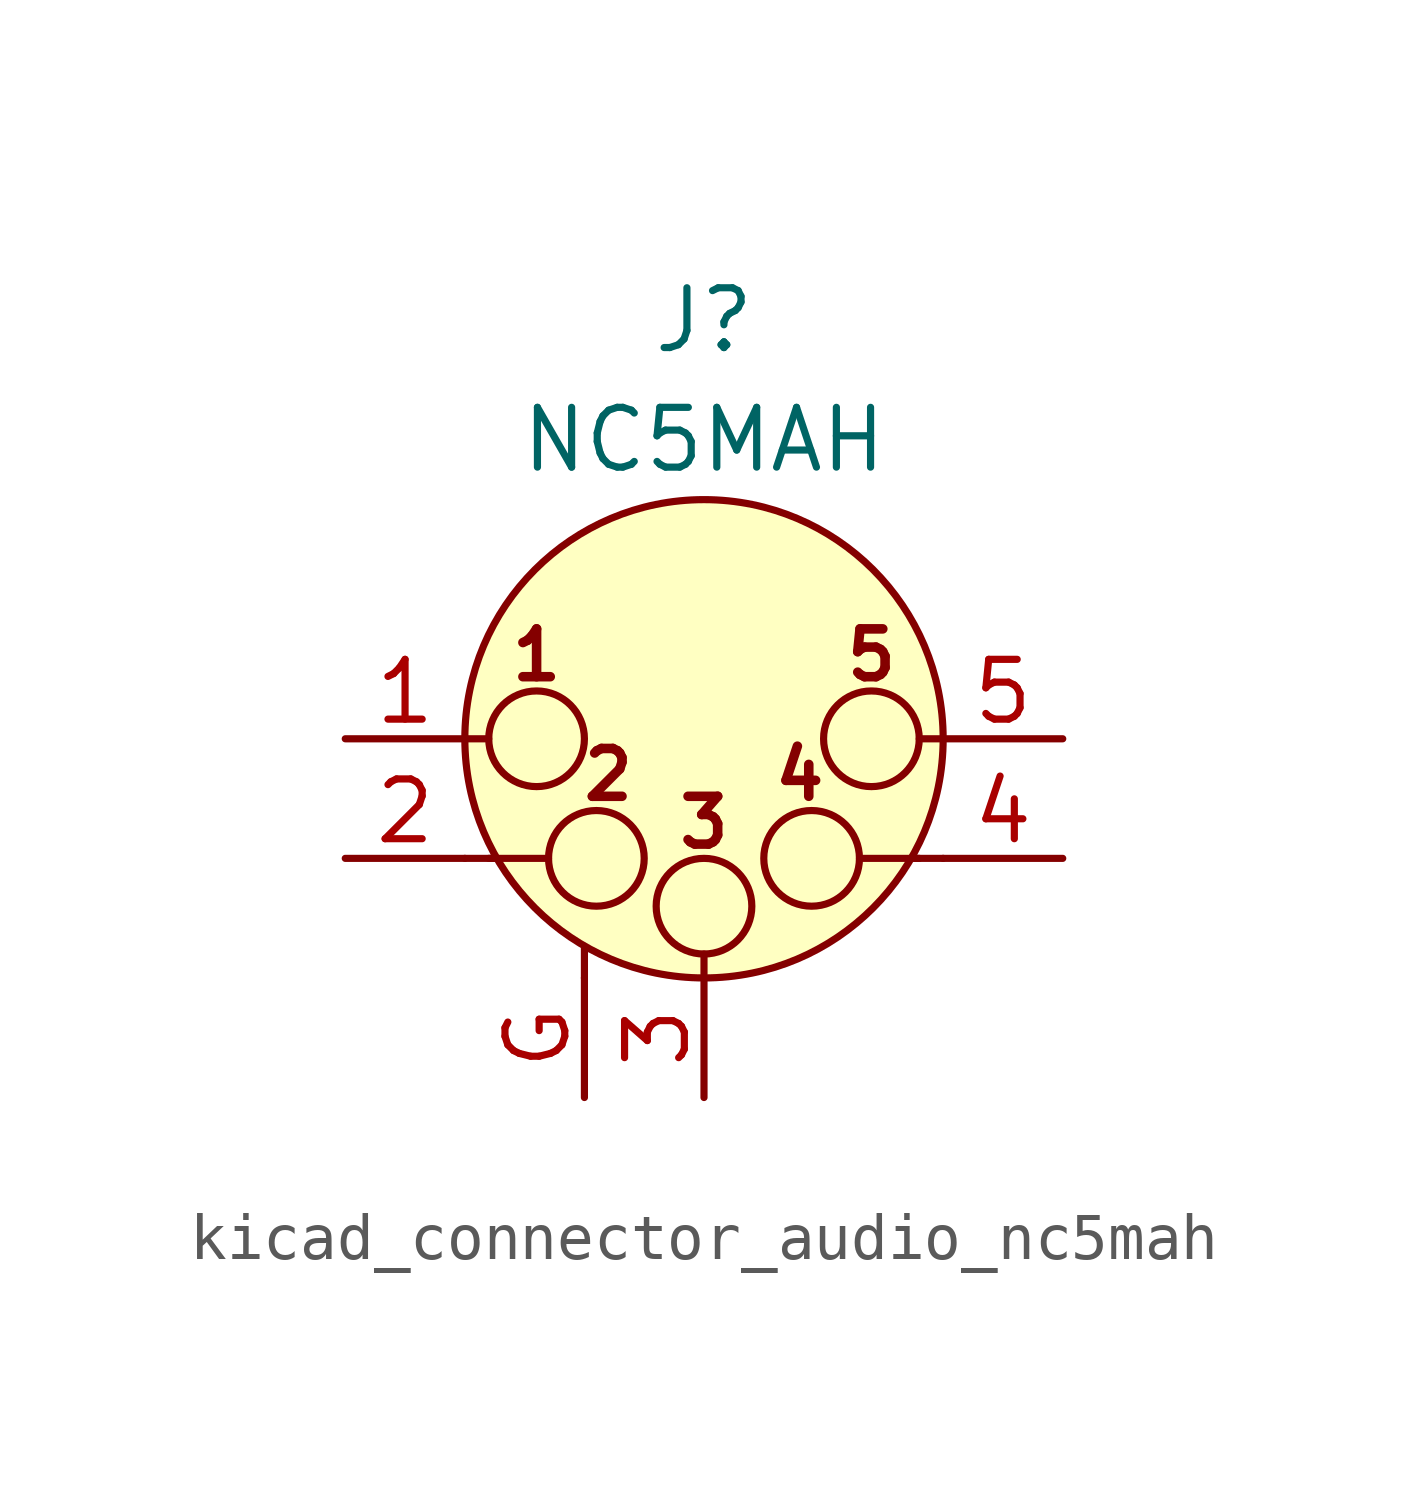
<source format=kicad_sym>
(kicad_symbol_lib
  (version 20220914)
  (generator kicad_symbol_editor)
  (symbol "kicad_connector_audio_nc5mah"
    (pin_names hide)
    (property "Reference" "J"
      (at 0 8.89 0)
      (effects (font (size 1.27 1.27))))
    (property "Value" "NC5MAH"
      (at 0 6.35 0)
      (effects (font (size 1.27 1.27))))
    (symbol "kicad_connector_audio_nc5mah_0_1"
      (circle (center -3.556 0) (radius 1.016) (stroke (width 0) (type default)) (fill (type none)))
      (circle (center -2.286 -2.54) (radius 1.016) (stroke (width 0) (type default)) (fill (type none)))
      (circle (center 0 -3.556) (radius 1.016) (stroke (width 0) (type default)) (fill (type none)))
      (polyline (pts (xy -5.08 -2.54) (xy -4.445 -2.54)) (stroke (width 0) (type default)) (fill (type none)))
      (polyline (pts (xy -5.08 0) (xy -4.572 0)) (stroke (width 0) (type default)) (fill (type none)))
      (polyline (pts (xy -4.572 -2.54) (xy -3.302 -2.54)) (stroke (width 0) (type default)) (fill (type none)))
      (polyline (pts (xy -2.54 -5.08) (xy -2.54 -4.445)) (stroke (width 0) (type default)) (fill (type none)))
      (polyline (pts (xy 0 -5.08) (xy 0 -4.572)) (stroke (width 0) (type default)) (fill (type none)))
      (polyline (pts (xy 4.572 -2.54) (xy 3.302 -2.54)) (stroke (width 0) (type default)) (fill (type none)))
      (polyline (pts (xy 5.08 -2.54) (xy 4.445 -2.54)) (stroke (width 0) (type default)) (fill (type none)))
      (polyline (pts (xy 5.08 0) (xy 4.572 0)) (stroke (width 0) (type default)) (fill (type none)))
      (circle (center 0 0) (radius 5.08) (stroke (width 0) (type default)) (fill (type background)))
      (circle (center 2.286 -2.54) (radius 1.016) (stroke (width 0) (type default)) (fill (type none)))
      (circle (center 3.556 0) (radius 1.016) (stroke (width 0) (type default)) (fill (type none)))
      (text "1" (at -3.556 1.778 0) (effects (font (size 1.016 1.016) bold)))
      (text "2" (at -2.032 -0.762 0) (effects (font (size 1.016 1.016) bold)))
      (text "3" (at 0 -1.778 0) (effects (font (size 1.016 1.016) bold)))
      (text "4" (at 2.032 -0.762 0) (effects (font (size 1.016 1.016) bold)))
      (text "5" (at 3.556 1.778 0) (effects (font (size 1.016 1.016) bold))))
    (symbol "kicad_connector_audio_nc5mah_1_1"
      (pin passive line (at -7.62 0 0) (length 2.54) (name "P1" (effects (font (size 1.27 1.27)))) (number "1" (effects (font (size 1.27 1.27)))))
      (pin passive line (at -7.62 -2.54 0) (length 2.54) (name "P2" (effects (font (size 1.27 1.27)))) (number "2" (effects (font (size 1.27 1.27)))))
      (pin passive line (at 0 -7.62 90) (length 2.54) (name "P3" (effects (font (size 1.27 1.27)))) (number "3" (effects (font (size 1.27 1.27)))))
      (pin passive line (at 7.62 -2.54 180) (length 2.54) (name "P3" (effects (font (size 1.27 1.27)))) (number "4" (effects (font (size 1.27 1.27)))))
      (pin passive line (at 7.62 0 180) (length 2.54) (name "P5" (effects (font (size 1.27 1.27)))) (number "5" (effects (font (size 1.27 1.27)))))
      (pin passive line (at -2.54 -7.62 90) (length 2.54) (name "~" (effects (font (size 1.27 1.27)))) (number "G" (effects (font (size 1.27 1.27))))))))
</source>
